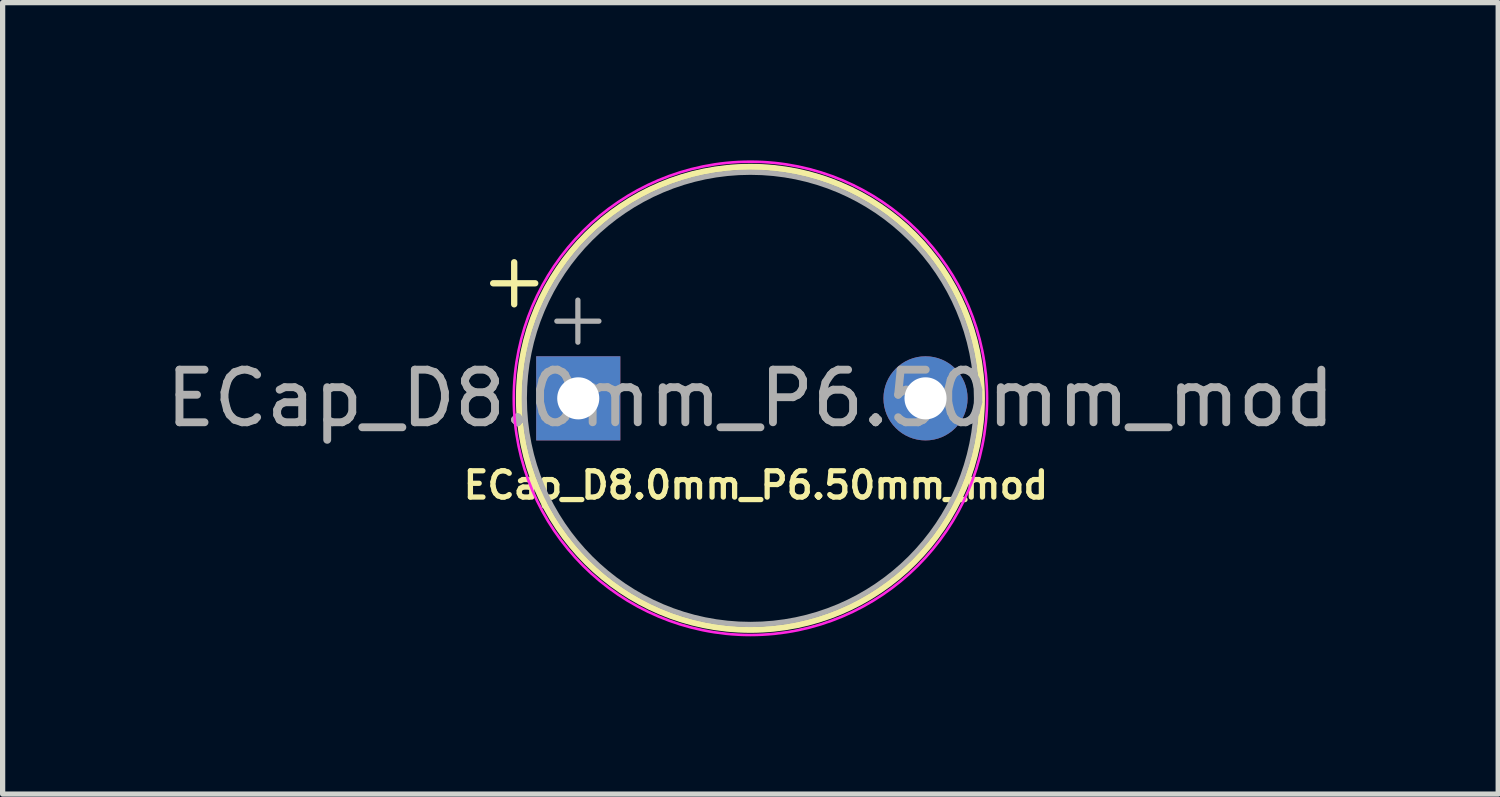
<source format=kicad_pcb>
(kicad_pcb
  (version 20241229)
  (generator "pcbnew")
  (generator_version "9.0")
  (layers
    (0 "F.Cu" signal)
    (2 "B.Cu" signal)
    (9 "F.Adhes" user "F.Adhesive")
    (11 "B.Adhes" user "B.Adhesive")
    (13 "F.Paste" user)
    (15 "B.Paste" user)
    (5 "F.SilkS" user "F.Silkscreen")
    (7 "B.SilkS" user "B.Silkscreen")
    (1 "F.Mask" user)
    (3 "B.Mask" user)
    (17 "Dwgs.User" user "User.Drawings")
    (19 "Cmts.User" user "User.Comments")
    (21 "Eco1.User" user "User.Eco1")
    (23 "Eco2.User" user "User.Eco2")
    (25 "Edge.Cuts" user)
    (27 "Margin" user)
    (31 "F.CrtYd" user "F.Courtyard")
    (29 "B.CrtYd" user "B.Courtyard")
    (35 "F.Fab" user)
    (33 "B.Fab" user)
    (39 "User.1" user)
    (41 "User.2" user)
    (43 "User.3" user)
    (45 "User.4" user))
  (footprint "ECap_D8.0mm_P6.50mm_mod"
    (layer "F.Cu")
    (at 9.47 4.525)
    (property "Reference" "ECap_D8.0mm_P6.50mm_mod" (at 1.854 1.651 0) (layer "F.SilkS") (effects (font (size 0.5 0.5) (thickness 0.1))))
    (attr through_hole)
    (fp_line (start -3.142 -2.188) (end -2.342 -2.188) (stroke (width 0.12) (type solid)) (layer "F.SilkS"))
    (fp_line (start -2.742 -2.588) (end -2.742 -1.788) (stroke (width 0.12) (type solid)) (layer "F.SilkS"))
    (fp_circle (center 1.75 0) (end 6.15 0) (stroke (width 0.12) (type solid)) (fill no) (layer "F.SilkS"))
    (fp_circle (center 1.75 0) (end 6.25 0) (stroke (width 0.05) (type solid)) (fill no) (layer "F.CrtYd"))
    (fp_line (start -1.931 -1.468) (end -1.131 -1.468) (stroke (width 0.1) (type solid)) (layer "F.Fab"))
    (fp_line (start -1.531 -1.868) (end -1.531 -1.068) (stroke (width 0.1) (type solid)) (layer "F.Fab"))
    (fp_circle (center 1.75 0) (end 6.05 0) (stroke (width 0.1) (type solid)) (fill no) (layer "F.Fab"))
    (fp_text user "${REFERENCE}" (at 1.75 0 0) (layer "F.Fab") (effects (font (size 1 1) (thickness 0.15))))
    (pad "1" thru_hole rect (at -1.524 0) (size 1.6 1.6) (drill 0.8) (layers "*.Cu" "*.Mask"))
    (pad "2" thru_hole circle (at 5.08 0) (size 1.6 1.6) (drill 0.8) (layers "*.Cu" "*.Mask")))
  (gr_rect
    (start -3 -3)
    (end 25.44 12.05)
    (stroke (width 0.1) (type default))
    (fill no)
    (layer "Edge.Cuts")))
</source>
